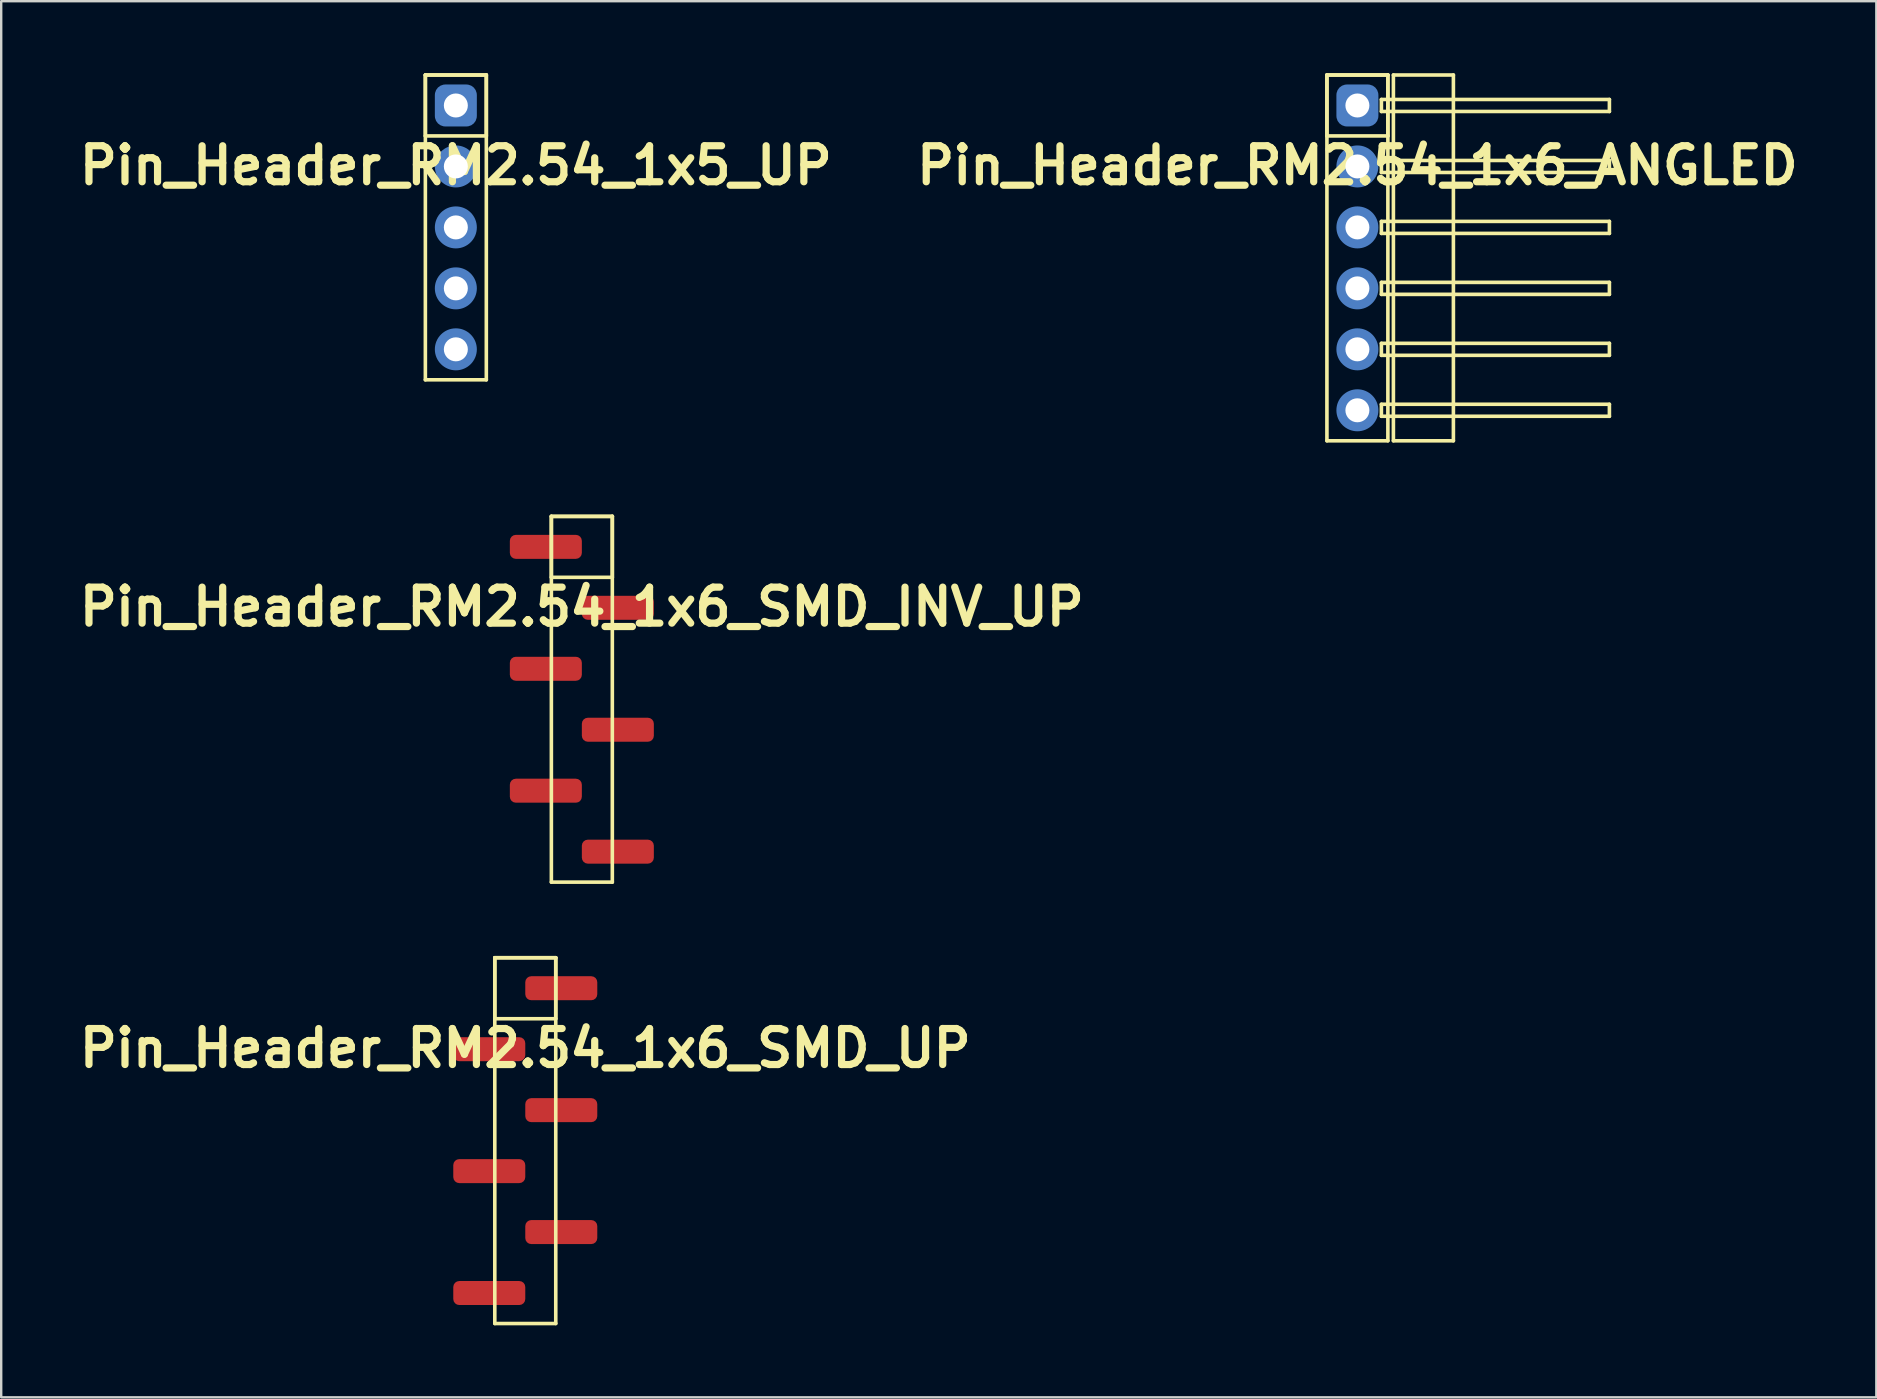
<source format=kicad_pcb>
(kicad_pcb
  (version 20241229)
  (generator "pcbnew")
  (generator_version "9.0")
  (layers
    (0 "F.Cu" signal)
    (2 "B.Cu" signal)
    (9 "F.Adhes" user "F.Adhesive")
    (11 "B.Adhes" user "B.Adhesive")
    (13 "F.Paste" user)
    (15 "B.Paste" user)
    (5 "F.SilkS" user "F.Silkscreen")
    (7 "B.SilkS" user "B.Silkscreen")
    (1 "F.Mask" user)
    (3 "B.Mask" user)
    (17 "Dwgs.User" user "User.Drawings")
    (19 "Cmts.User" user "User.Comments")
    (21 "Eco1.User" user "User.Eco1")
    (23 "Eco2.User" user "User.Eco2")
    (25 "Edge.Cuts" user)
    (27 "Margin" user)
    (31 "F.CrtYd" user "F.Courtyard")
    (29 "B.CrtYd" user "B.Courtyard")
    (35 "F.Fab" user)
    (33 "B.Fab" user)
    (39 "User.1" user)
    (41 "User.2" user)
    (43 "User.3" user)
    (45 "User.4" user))
  (footprint "Pin_Header_RM2.54_1x6_SMD_INV_UP"
    (layer "F.Cu")
    (at 21.193 19.735)
    (property "Reference" "Pin_Header_RM2.54_1x6_SMD_INV_UP" (at 0 2.5 0) (layer "F.SilkS") (effects (font (size 1.5 1.5) (thickness 0.3))))
    (attr through_hole)
    (fp_line (start -1.27 -1.27) (end 1.27 -1.27) (stroke (width 0.15) (type solid)) (layer "F.SilkS"))
    (fp_line (start -1.27 -1.27) (end 1.27 -1.27) (stroke (width 0.15) (type solid)) (layer "F.SilkS"))
    (fp_line (start -1.27 1.27) (end -1.27 -1.27) (stroke (width 0.15) (type solid)) (layer "F.SilkS"))
    (fp_line (start -1.27 13.97) (end -1.27 -1.27) (stroke (width 0.15) (type solid)) (layer "F.SilkS"))
    (fp_line (start 1.27 -1.27) (end 1.27 1.27) (stroke (width 0.15) (type solid)) (layer "F.SilkS"))
    (fp_line (start 1.27 -1.27) (end 1.27 13.97) (stroke (width 0.15) (type solid)) (layer "F.SilkS"))
    (fp_line (start 1.27 1.27) (end -1.27 1.27) (stroke (width 0.15) (type solid)) (layer "F.SilkS"))
    (fp_line (start 1.27 13.97) (end -1.27 13.97) (stroke (width 0.15) (type solid)) (layer "F.SilkS"))
    (pad "1" smd roundrect (at -1.5 0) (size 3 1) (layers "F.Cu" "F.Mask") (roundrect_rratio 0.25))
    (pad "2" smd roundrect (at 1.5 2.54) (size 3 1) (layers "F.Cu" "F.Mask") (roundrect_rratio 0.25))
    (pad "3" smd roundrect (at -1.5 5.08) (size 3 1) (layers "F.Cu" "F.Mask") (roundrect_rratio 0.25))
    (pad "4" smd roundrect (at 1.5 7.62) (size 3 1) (layers "F.Cu" "F.Mask") (roundrect_rratio 0.25))
    (pad "5" smd roundrect (at -1.5 10.16) (size 3 1) (layers "F.Cu" "F.Mask") (roundrect_rratio 0.25))
    (pad "6" smd roundrect (at 1.5 12.7) (size 3 1) (layers "F.Cu" "F.Mask") (roundrect_rratio 0.25)))
  (footprint "Pin_Header_RM2.54_1x5_UP"
    (layer "F.Cu")
    (at 15.943 1.345)
    (property "Reference" "Pin_Header_RM2.54_1x5_UP" (at 0 2.5 0) (layer "F.SilkS") (effects (font (size 1.5 1.5) (thickness 0.3))))
    (attr through_hole)
    (fp_line (start -1.27 -1.27) (end 1.27 -1.27) (stroke (width 0.15) (type solid)) (layer "F.SilkS"))
    (fp_line (start -1.27 -1.27) (end 1.27 -1.27) (stroke (width 0.15) (type solid)) (layer "F.SilkS"))
    (fp_line (start -1.27 1.27) (end -1.27 -1.27) (stroke (width 0.15) (type solid)) (layer "F.SilkS"))
    (fp_line (start -1.27 11.43) (end -1.27 -1.27) (stroke (width 0.15) (type solid)) (layer "F.SilkS"))
    (fp_line (start 1.27 -1.27) (end 1.27 1.27) (stroke (width 0.15) (type solid)) (layer "F.SilkS"))
    (fp_line (start 1.27 -1.27) (end 1.27 11.43) (stroke (width 0.15) (type solid)) (layer "F.SilkS"))
    (fp_line (start 1.27 1.27) (end -1.27 1.27) (stroke (width 0.15) (type solid)) (layer "F.SilkS"))
    (fp_line (start 1.27 11.43) (end -1.27 11.43) (stroke (width 0.15) (type solid)) (layer "F.SilkS"))
    (pad "1" thru_hole circle (at 0 0) (size 1.3 1.3) (drill 1) (layers "*.Cu" "*.Mask"))
    (pad "1" smd roundrect (at 0 0) (size 1.75 1.75) (layers "B.Cu" "B.Mask") (roundrect_rratio 0.25))
    (pad "2" thru_hole circle (at 0 2.54) (size 1.3 1.3) (drill 1) (layers "*.Cu" "*.Mask"))
    (pad "2" smd circle (at 0 2.54) (size 1.75 1.75) (layers "B.Cu" "B.Mask"))
    (pad "3" thru_hole circle (at 0 5.08) (size 1.3 1.3) (drill 1) (layers "*.Cu" "*.Mask"))
    (pad "3" smd circle (at 0 5.08) (size 1.75 1.75) (layers "B.Cu" "B.Mask"))
    (pad "4" thru_hole circle (at 0 7.62) (size 1.3 1.3) (drill 1) (layers "*.Cu" "*.Mask"))
    (pad "4" smd circle (at 0 7.62) (size 1.75 1.75) (layers "B.Cu" "B.Mask"))
    (pad "5" thru_hole circle (at 0 10.16) (size 1.3 1.3) (drill 1) (layers "*.Cu" "*.Mask"))
    (pad "5" smd circle (at 0 10.16) (size 1.75 1.75) (layers "B.Cu" "B.Mask")))
  (footprint "Pin_Header_RM2.54_1x6_SMD_UP"
    (layer "F.Cu")
    (at 18.836 38.125)
    (property "Reference" "Pin_Header_RM2.54_1x6_SMD_UP" (at 0 2.5 0) (layer "F.SilkS") (effects (font (size 1.5 1.5) (thickness 0.3))))
    (attr through_hole)
    (fp_line (start -1.27 -1.27) (end 1.27 -1.27) (stroke (width 0.15) (type solid)) (layer "F.SilkS"))
    (fp_line (start -1.27 -1.27) (end 1.27 -1.27) (stroke (width 0.15) (type solid)) (layer "F.SilkS"))
    (fp_line (start -1.27 1.27) (end -1.27 -1.27) (stroke (width 0.15) (type solid)) (layer "F.SilkS"))
    (fp_line (start -1.27 13.97) (end -1.27 -1.27) (stroke (width 0.15) (type solid)) (layer "F.SilkS"))
    (fp_line (start 1.27 -1.27) (end 1.27 1.27) (stroke (width 0.15) (type solid)) (layer "F.SilkS"))
    (fp_line (start 1.27 -1.27) (end 1.27 13.97) (stroke (width 0.15) (type solid)) (layer "F.SilkS"))
    (fp_line (start 1.27 1.27) (end -1.27 1.27) (stroke (width 0.15) (type solid)) (layer "F.SilkS"))
    (fp_line (start 1.27 13.97) (end -1.27 13.97) (stroke (width 0.15) (type solid)) (layer "F.SilkS"))
    (pad "1" smd roundrect (at 1.5 0) (size 3 1) (layers "F.Cu" "F.Mask") (roundrect_rratio 0.25))
    (pad "2" smd roundrect (at -1.5 2.54) (size 3 1) (layers "F.Cu" "F.Mask") (roundrect_rratio 0.25))
    (pad "3" smd roundrect (at 1.5 5.08) (size 3 1) (layers "F.Cu" "F.Mask") (roundrect_rratio 0.25))
    (pad "4" smd roundrect (at -1.5 7.62) (size 3 1) (layers "F.Cu" "F.Mask") (roundrect_rratio 0.25))
    (pad "5" smd roundrect (at 1.5 10.16) (size 3 1) (layers "F.Cu" "F.Mask") (roundrect_rratio 0.25))
    (pad "6" smd roundrect (at -1.5 12.7) (size 3 1) (layers "F.Cu" "F.Mask") (roundrect_rratio 0.25)))
  (footprint "Pin_Header_RM2.54_1x6_ANGLED"
    (layer "F.Cu")
    (at 53.507 1.345)
    (property "Reference" "Pin_Header_RM2.54_1x6_ANGLED" (at 0 2.5 0) (layer "F.SilkS") (effects (font (size 1.5 1.5) (thickness 0.3))))
    (attr through_hole)
    (fp_line (start -1.27 -1.27) (end 1.27 -1.27) (stroke (width 0.15) (type solid)) (layer "F.SilkS"))
    (fp_line (start -1.27 -1.27) (end 1.27 -1.27) (stroke (width 0.15) (type solid)) (layer "F.SilkS"))
    (fp_line (start -1.27 1.27) (end -1.27 -1.27) (stroke (width 0.15) (type solid)) (layer "F.SilkS"))
    (fp_line (start -1.27 13.97) (end -1.27 -1.27) (stroke (width 0.15) (type solid)) (layer "F.SilkS"))
    (fp_line (start 1 -0.25) (end 10.5 -0.25) (stroke (width 0.15) (type solid)) (layer "F.SilkS"))
    (fp_line (start 1 0.25) (end 1 -0.25) (stroke (width 0.15) (type solid)) (layer "F.SilkS"))
    (fp_line (start 1 2.29) (end 10.5 2.29) (stroke (width 0.15) (type solid)) (layer "F.SilkS"))
    (fp_line (start 1 2.79) (end 1 2.29) (stroke (width 0.15) (type solid)) (layer "F.SilkS"))
    (fp_line (start 1 4.83) (end 10.5 4.83) (stroke (width 0.15) (type solid)) (layer "F.SilkS"))
    (fp_line (start 1 5.33) (end 1 4.83) (stroke (width 0.15) (type solid)) (layer "F.SilkS"))
    (fp_line (start 1 7.37) (end 10.5 7.37) (stroke (width 0.15) (type solid)) (layer "F.SilkS"))
    (fp_line (start 1 7.87) (end 1 7.37) (stroke (width 0.15) (type solid)) (layer "F.SilkS"))
    (fp_line (start 1 9.91) (end 10.5 9.91) (stroke (width 0.15) (type solid)) (layer "F.SilkS"))
    (fp_line (start 1 10.41) (end 1 9.91) (stroke (width 0.15) (type solid)) (layer "F.SilkS"))
    (fp_line (start 1 12.45) (end 10.5 12.45) (stroke (width 0.15) (type solid)) (layer "F.SilkS"))
    (fp_line (start 1 12.95) (end 1 12.45) (stroke (width 0.15) (type solid)) (layer "F.SilkS"))
    (fp_line (start 1.27 -1.27) (end 1.27 1.27) (stroke (width 0.15) (type solid)) (layer "F.SilkS"))
    (fp_line (start 1.27 -1.27) (end 1.27 13.97) (stroke (width 0.15) (type solid)) (layer "F.SilkS"))
    (fp_line (start 1.27 1.27) (end -1.27 1.27) (stroke (width 0.15) (type solid)) (layer "F.SilkS"))
    (fp_line (start 1.27 13.97) (end -1.27 13.97) (stroke (width 0.15) (type solid)) (layer "F.SilkS"))
    (fp_line (start 1.5 -1.27) (end 4 -1.27) (stroke (width 0.15) (type solid)) (layer "F.SilkS"))
    (fp_line (start 1.5 13.97) (end 1.5 -1.27) (stroke (width 0.15) (type solid)) (layer "F.SilkS"))
    (fp_line (start 4 -1.27) (end 4 13.97) (stroke (width 0.15) (type solid)) (layer "F.SilkS"))
    (fp_line (start 4 13.97) (end 1.5 13.97) (stroke (width 0.15) (type solid)) (layer "F.SilkS"))
    (fp_line (start 10.5 -0.25) (end 10.5 0.25) (stroke (width 0.15) (type solid)) (layer "F.SilkS"))
    (fp_line (start 10.5 0.25) (end 1 0.25) (stroke (width 0.15) (type solid)) (layer "F.SilkS"))
    (fp_line (start 10.5 2.29) (end 10.5 2.79) (stroke (width 0.15) (type solid)) (layer "F.SilkS"))
    (fp_line (start 10.5 2.79) (end 1 2.79) (stroke (width 0.15) (type solid)) (layer "F.SilkS"))
    (fp_line (start 10.5 4.83) (end 10.5 5.33) (stroke (width 0.15) (type solid)) (layer "F.SilkS"))
    (fp_line (start 10.5 5.33) (end 1 5.33) (stroke (width 0.15) (type solid)) (layer "F.SilkS"))
    (fp_line (start 10.5 7.37) (end 10.5 7.87) (stroke (width 0.15) (type solid)) (layer "F.SilkS"))
    (fp_line (start 10.5 7.87) (end 1 7.87) (stroke (width 0.15) (type solid)) (layer "F.SilkS"))
    (fp_line (start 10.5 9.91) (end 10.5 10.41) (stroke (width 0.15) (type solid)) (layer "F.SilkS"))
    (fp_line (start 10.5 10.41) (end 1 10.41) (stroke (width 0.15) (type solid)) (layer "F.SilkS"))
    (fp_line (start 10.5 12.45) (end 10.5 12.95) (stroke (width 0.15) (type solid)) (layer "F.SilkS"))
    (fp_line (start 10.5 12.95) (end 1 12.95) (stroke (width 0.15) (type solid)) (layer "F.SilkS"))
    (pad "1" thru_hole circle (at 0 0) (size 1.3 1.3) (drill 1) (layers "*.Cu" "*.Mask"))
    (pad "1" smd roundrect (at 0 0) (size 1.5 1.5) (layers "F.Cu" "F.Mask") (roundrect_rratio 0.25))
    (pad "1" smd roundrect (at 0 0) (size 1.75 1.75) (layers "B.Cu" "B.Mask") (roundrect_rratio 0.25))
    (pad "2" thru_hole circle (at 0 2.54) (size 1.3 1.3) (drill 1) (layers "*.Cu" "*.Mask"))
    (pad "2" smd circle (at 0 2.54) (size 1.5 1.5) (layers "F.Cu" "F.Mask"))
    (pad "2" smd circle (at 0 2.54) (size 1.75 1.75) (layers "B.Cu" "B.Mask"))
    (pad "3" thru_hole circle (at 0 5.08) (size 1.3 1.3) (drill 1) (layers "*.Cu" "*.Mask"))
    (pad "3" smd circle (at 0 5.08) (size 1.5 1.5) (layers "F.Cu" "F.Mask"))
    (pad "3" smd circle (at 0 5.08) (size 1.75 1.75) (layers "B.Cu" "B.Mask"))
    (pad "4" thru_hole circle (at 0 7.62) (size 1.3 1.3) (drill 1) (layers "*.Cu" "*.Mask"))
    (pad "4" smd circle (at 0 7.62) (size 1.5 1.5) (layers "F.Cu" "F.Mask"))
    (pad "4" smd circle (at 0 7.62) (size 1.75 1.75) (layers "B.Cu" "B.Mask"))
    (pad "5" thru_hole circle (at 0 10.16) (size 1.3 1.3) (drill 1) (layers "*.Cu" "*.Mask"))
    (pad "5" smd circle (at 0 10.16) (size 1.5 1.5) (layers "F.Cu" "F.Mask"))
    (pad "5" smd circle (at 0 10.16) (size 1.75 1.75) (layers "B.Cu" "B.Mask"))
    (pad "6" thru_hole circle (at 0 12.7) (size 1.3 1.3) (drill 1) (layers "*.Cu" "*.Mask"))
    (pad "6" smd circle (at 0 12.7) (size 1.5 1.5) (layers "F.Cu" "F.Mask"))
    (pad "6" smd circle (at 0 12.7) (size 1.75 1.75) (layers "B.Cu" "B.Mask")))
  (gr_rect
    (start -3 -3)
    (end 75.129 55.17)
    (stroke (width 0.1) (type default))
    (fill no)
    (layer "Edge.Cuts")))
</source>
